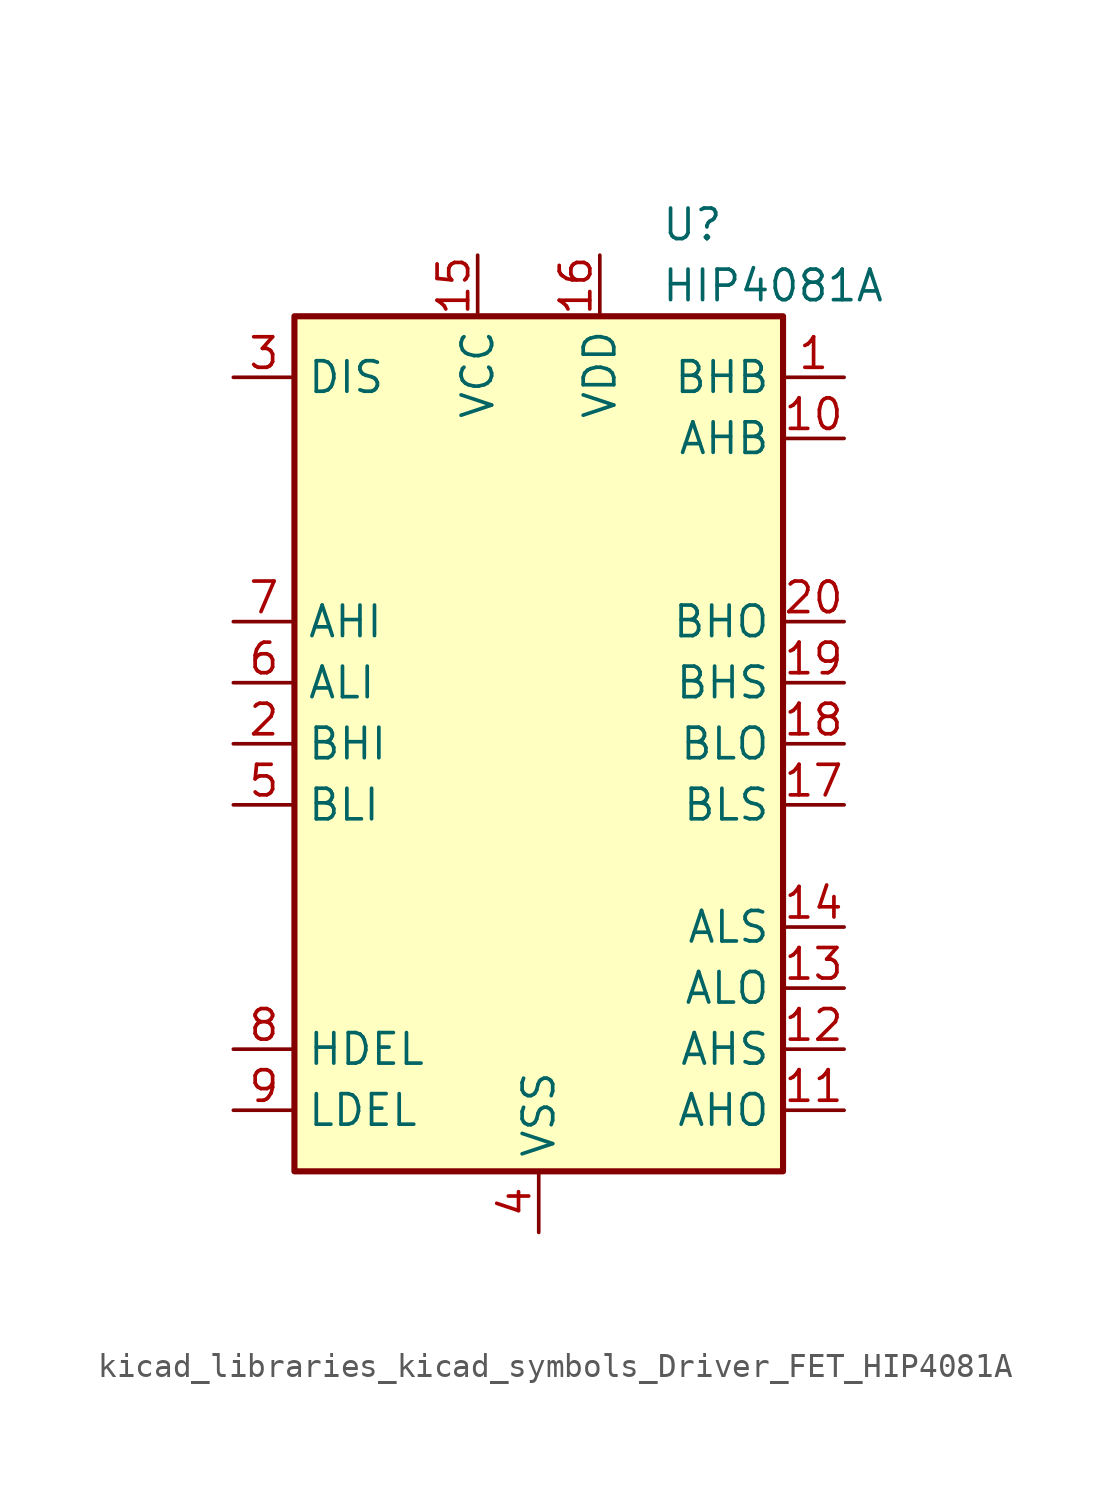
<source format=kicad_sym>
(kicad_symbol_lib
  (version 20220914)
  (generator kicad_symbol_editor)
  (symbol "kicad_libraries_kicad_symbols_Driver_FET_HIP4081A"
    (property "Reference" "U"
      (at 5.08 21.59 0)
      (effects (font (size 1.27 1.27)) (justify left)))
    (property "Value" "HIP4081A"
      (at 5.08 19.05 0)
      (effects (font (size 1.27 1.27)) (justify left)))
    (symbol "kicad_libraries_kicad_symbols_Driver_FET_HIP4081A_0_1"
      (rectangle (start -10.16 -17.78) (end 10.16 17.78) (stroke (width 0.254) (type default)) (fill (type background))))
    (symbol "kicad_libraries_kicad_symbols_Driver_FET_HIP4081A_1_1"
      (pin input line (at 12.7 15.24 180) (length 2.54) (name "BHB" (effects (font (size 1.27 1.27)))) (number "1" (effects (font (size 1.27 1.27)))))
      (pin input line (at 12.7 12.7 180) (length 2.54) (name "AHB" (effects (font (size 1.27 1.27)))) (number "10" (effects (font (size 1.27 1.27)))))
      (pin output line (at 12.7 -15.24 180) (length 2.54) (name "AHO" (effects (font (size 1.27 1.27)))) (number "11" (effects (font (size 1.27 1.27)))))
      (pin passive line (at 12.7 -12.7 180) (length 2.54) (name "AHS" (effects (font (size 1.27 1.27)))) (number "12" (effects (font (size 1.27 1.27)))))
      (pin output line (at 12.7 -10.16 180) (length 2.54) (name "ALO" (effects (font (size 1.27 1.27)))) (number "13" (effects (font (size 1.27 1.27)))))
      (pin passive line (at 12.7 -7.62 180) (length 2.54) (name "ALS" (effects (font (size 1.27 1.27)))) (number "14" (effects (font (size 1.27 1.27)))))
      (pin power_in line (at -2.54 20.32 270) (length 2.54) (name "VCC" (effects (font (size 1.27 1.27)))) (number "15" (effects (font (size 1.27 1.27)))))
      (pin power_in line (at 2.54 20.32 270) (length 2.54) (name "VDD" (effects (font (size 1.27 1.27)))) (number "16" (effects (font (size 1.27 1.27)))))
      (pin passive line (at 12.7 -2.54 180) (length 2.54) (name "BLS" (effects (font (size 1.27 1.27)))) (number "17" (effects (font (size 1.27 1.27)))))
      (pin output line (at 12.7 0 180) (length 2.54) (name "BLO" (effects (font (size 1.27 1.27)))) (number "18" (effects (font (size 1.27 1.27)))))
      (pin passive line (at 12.7 2.54 180) (length 2.54) (name "BHS" (effects (font (size 1.27 1.27)))) (number "19" (effects (font (size 1.27 1.27)))))
      (pin input line (at -12.7 0 0) (length 2.54) (name "BHI" (effects (font (size 1.27 1.27)))) (number "2" (effects (font (size 1.27 1.27)))))
      (pin output line (at 12.7 5.08 180) (length 2.54) (name "BHO" (effects (font (size 1.27 1.27)))) (number "20" (effects (font (size 1.27 1.27)))))
      (pin output line (at -12.7 15.24 0) (length 2.54) (name "DIS" (effects (font (size 1.27 1.27)))) (number "3" (effects (font (size 1.27 1.27)))))
      (pin power_in line (at 0 -20.32 90) (length 2.54) (name "VSS" (effects (font (size 1.27 1.27)))) (number "4" (effects (font (size 1.27 1.27)))))
      (pin input line (at -12.7 -2.54 0) (length 2.54) (name "BLI" (effects (font (size 1.27 1.27)))) (number "5" (effects (font (size 1.27 1.27)))))
      (pin input line (at -12.7 2.54 0) (length 2.54) (name "ALI" (effects (font (size 1.27 1.27)))) (number "6" (effects (font (size 1.27 1.27)))))
      (pin input line (at -12.7 5.08 0) (length 2.54) (name "AHI" (effects (font (size 1.27 1.27)))) (number "7" (effects (font (size 1.27 1.27)))))
      (pin passive line (at -12.7 -12.7 0) (length 2.54) (name "HDEL" (effects (font (size 1.27 1.27)))) (number "8" (effects (font (size 1.27 1.27)))))
      (pin passive line (at -12.7 -15.24 0) (length 2.54) (name "LDEL" (effects (font (size 1.27 1.27)))) (number "9" (effects (font (size 1.27 1.27))))))))
</source>
